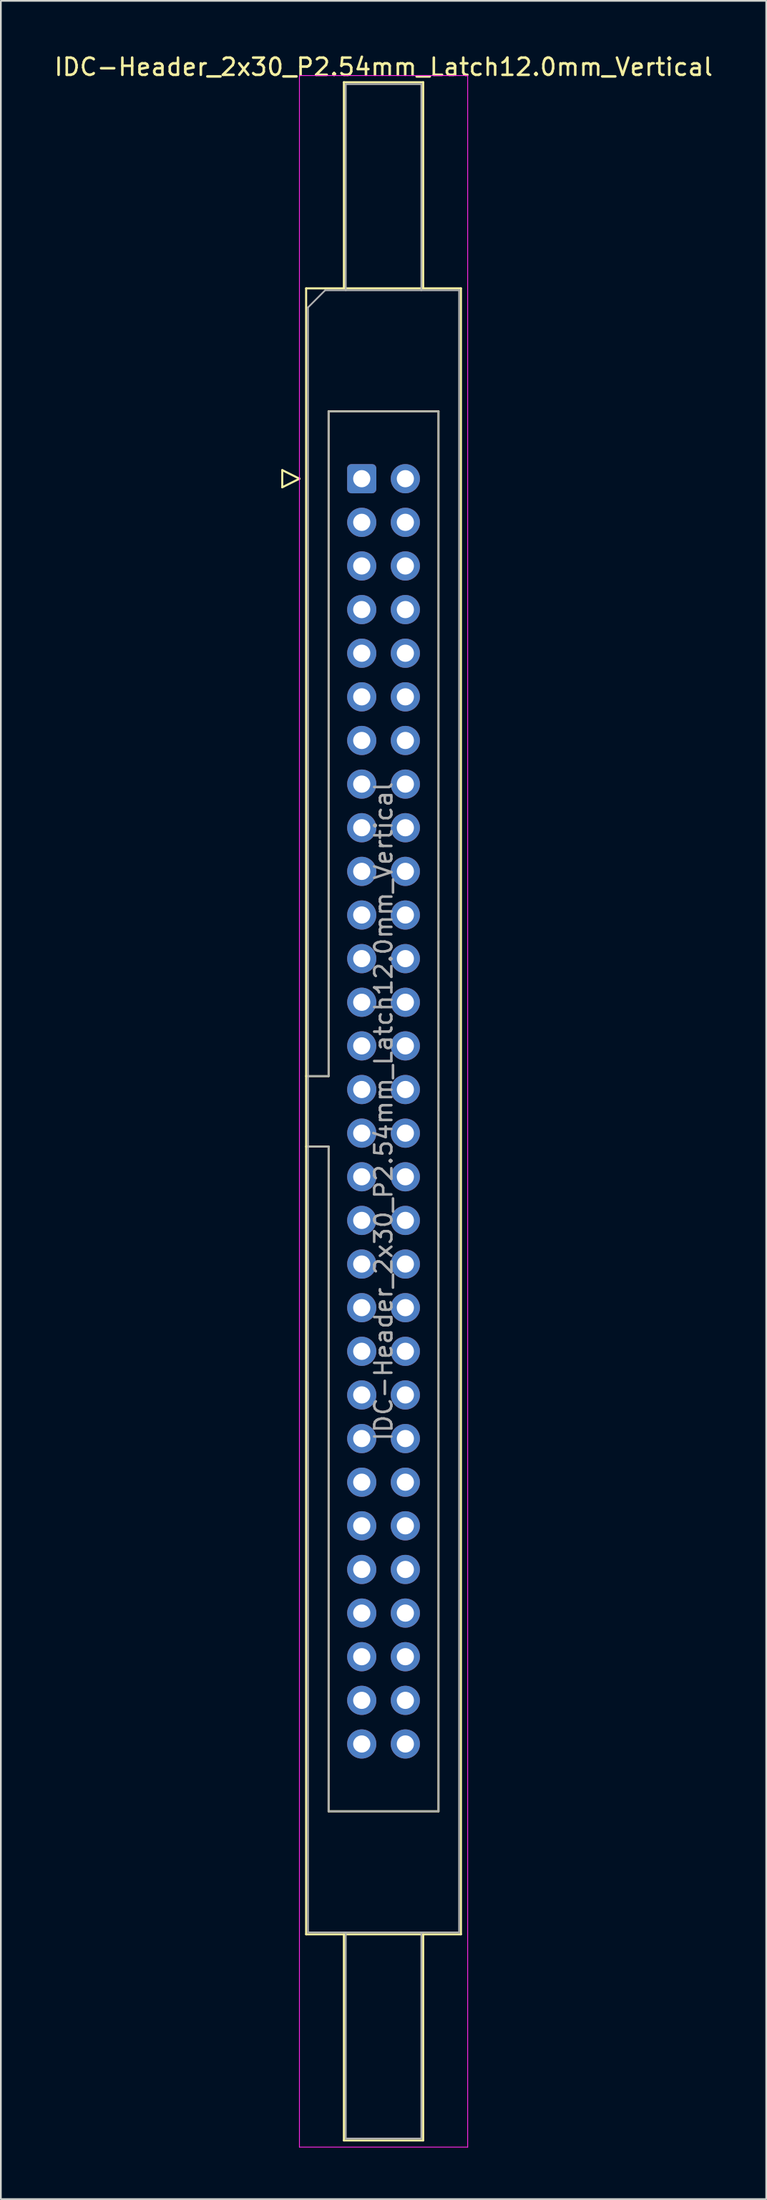
<source format=kicad_pcb>
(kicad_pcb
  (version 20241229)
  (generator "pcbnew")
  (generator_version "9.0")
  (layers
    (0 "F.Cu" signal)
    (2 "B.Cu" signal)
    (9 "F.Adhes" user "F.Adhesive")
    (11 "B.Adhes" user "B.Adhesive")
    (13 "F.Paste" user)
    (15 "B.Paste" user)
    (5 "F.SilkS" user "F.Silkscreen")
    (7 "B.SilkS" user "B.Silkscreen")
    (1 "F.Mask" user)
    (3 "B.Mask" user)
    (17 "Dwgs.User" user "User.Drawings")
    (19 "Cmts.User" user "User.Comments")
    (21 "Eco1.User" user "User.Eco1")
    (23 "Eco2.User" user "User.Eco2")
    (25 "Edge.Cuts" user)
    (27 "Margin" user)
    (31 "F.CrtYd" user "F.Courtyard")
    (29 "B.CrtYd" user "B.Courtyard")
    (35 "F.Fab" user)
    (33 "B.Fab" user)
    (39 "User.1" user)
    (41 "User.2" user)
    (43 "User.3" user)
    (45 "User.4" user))
  (footprint "IDC-Header_2x30_P2.54mm_Latch12.0mm_Vertical"
    (layer "F.Cu")
    (at 18.022 24.818)
    (property "Reference" "IDC-Header_2x30_P2.54mm_Latch12.0mm_Vertical" (at 1.27 -23.97 0) (layer "F.SilkS") (effects (font (size 1 1) (thickness 0.15))))
    (attr through_hole)
    (fp_line (start -4.63 -0.5) (end -4.63 0.5) (stroke (width 0.12) (type solid)) (layer "F.SilkS"))
    (fp_line (start -4.63 0.5) (end -3.63 0) (stroke (width 0.12) (type solid)) (layer "F.SilkS"))
    (fp_line (start -3.63 0) (end -4.63 -0.5) (stroke (width 0.12) (type solid)) (layer "F.SilkS"))
    (fp_line (start -3.24 -11.08) (end 5.78 -11.08) (stroke (width 0.12) (type solid)) (layer "F.SilkS"))
    (fp_line (start -3.24 34.78) (end -1.93 34.78) (stroke (width 0.12) (type solid)) (layer "F.SilkS"))
    (fp_line (start -3.24 84.74) (end -3.24 -11.08) (stroke (width 0.12) (type solid)) (layer "F.SilkS"))
    (fp_line (start -1.93 -3.92) (end 4.47 -3.92) (stroke (width 0.12) (type solid)) (layer "F.SilkS"))
    (fp_line (start -1.93 34.78) (end -1.93 -3.92) (stroke (width 0.12) (type solid)) (layer "F.SilkS"))
    (fp_line (start -1.93 38.88) (end -3.24 38.88) (stroke (width 0.12) (type solid)) (layer "F.SilkS"))
    (fp_line (start -1.93 77.58) (end -1.93 38.88) (stroke (width 0.12) (type solid)) (layer "F.SilkS"))
    (fp_line (start -1.04 -23.08) (end 3.58 -23.08) (stroke (width 0.12) (type solid)) (layer "F.SilkS"))
    (fp_line (start -1.04 -11.08) (end -1.04 -23.08) (stroke (width 0.12) (type solid)) (layer "F.SilkS"))
    (fp_line (start -1.04 84.74) (end -1.04 96.74) (stroke (width 0.12) (type solid)) (layer "F.SilkS"))
    (fp_line (start -1.04 96.74) (end 3.58 96.74) (stroke (width 0.12) (type solid)) (layer "F.SilkS"))
    (fp_line (start 3.58 -23.08) (end 3.58 -11.08) (stroke (width 0.12) (type solid)) (layer "F.SilkS"))
    (fp_line (start 3.58 96.74) (end 3.58 84.74) (stroke (width 0.12) (type solid)) (layer "F.SilkS"))
    (fp_line (start 4.47 -3.92) (end 4.47 77.58) (stroke (width 0.12) (type solid)) (layer "F.SilkS"))
    (fp_line (start 4.47 77.58) (end -1.93 77.58) (stroke (width 0.12) (type solid)) (layer "F.SilkS"))
    (fp_line (start 5.78 -11.08) (end 5.78 84.74) (stroke (width 0.12) (type solid)) (layer "F.SilkS"))
    (fp_line (start 5.78 84.74) (end -3.24 84.74) (stroke (width 0.12) (type solid)) (layer "F.SilkS"))
    (fp_line (start -3.63 -23.47) (end -3.63 97.13) (stroke (width 0.05) (type solid)) (layer "F.CrtYd"))
    (fp_line (start -3.63 97.13) (end 6.17 97.13) (stroke (width 0.05) (type solid)) (layer "F.CrtYd"))
    (fp_line (start 6.17 -23.47) (end -3.63 -23.47) (stroke (width 0.05) (type solid)) (layer "F.CrtYd"))
    (fp_line (start 6.17 97.13) (end 6.17 -23.47) (stroke (width 0.05) (type solid)) (layer "F.CrtYd"))
    (fp_line (start -3.13 -9.97) (end -2.13 -10.97) (stroke (width 0.1) (type solid)) (layer "F.Fab"))
    (fp_line (start -3.13 34.78) (end -1.93 34.78) (stroke (width 0.1) (type solid)) (layer "F.Fab"))
    (fp_line (start -3.13 84.63) (end -3.13 -9.97) (stroke (width 0.1) (type solid)) (layer "F.Fab"))
    (fp_line (start -2.13 -10.97) (end 5.67 -10.97) (stroke (width 0.1) (type solid)) (layer "F.Fab"))
    (fp_line (start -1.93 -3.92) (end 4.47 -3.92) (stroke (width 0.1) (type solid)) (layer "F.Fab"))
    (fp_line (start -1.93 34.78) (end -1.93 -3.92) (stroke (width 0.1) (type solid)) (layer "F.Fab"))
    (fp_line (start -1.93 38.88) (end -3.13 38.88) (stroke (width 0.1) (type solid)) (layer "F.Fab"))
    (fp_line (start -1.93 77.58) (end -1.93 38.88) (stroke (width 0.1) (type solid)) (layer "F.Fab"))
    (fp_line (start -0.93 -22.97) (end 3.47 -22.97) (stroke (width 0.1) (type solid)) (layer "F.Fab"))
    (fp_line (start -0.93 -10.97) (end -0.93 -22.97) (stroke (width 0.1) (type solid)) (layer "F.Fab"))
    (fp_line (start -0.93 84.63) (end -0.93 96.63) (stroke (width 0.1) (type solid)) (layer "F.Fab"))
    (fp_line (start -0.93 96.63) (end 3.47 96.63) (stroke (width 0.1) (type solid)) (layer "F.Fab"))
    (fp_line (start 3.47 -22.97) (end 3.47 -10.97) (stroke (width 0.1) (type solid)) (layer "F.Fab"))
    (fp_line (start 3.47 96.63) (end 3.47 84.63) (stroke (width 0.1) (type solid)) (layer "F.Fab"))
    (fp_line (start 4.47 -3.92) (end 4.47 77.58) (stroke (width 0.1) (type solid)) (layer "F.Fab"))
    (fp_line (start 4.47 77.58) (end -1.93 77.58) (stroke (width 0.1) (type solid)) (layer "F.Fab"))
    (fp_line (start 5.67 -10.97) (end 5.67 84.63) (stroke (width 0.1) (type solid)) (layer "F.Fab"))
    (fp_line (start 5.67 84.63) (end -3.13 84.63) (stroke (width 0.1) (type solid)) (layer "F.Fab"))
    (fp_text user "${REFERENCE}" (at 1.27 36.83 90) (layer "F.Fab") (effects (font (size 1 1) (thickness 0.15))))
    (pad "1" thru_hole roundrect (at 0 0) (size 1.7 1.7) (drill 1) (layers "*.Cu" "*.Mask") (roundrect_rratio 0.147))
    (pad "2" thru_hole circle (at 2.54 0) (size 1.7 1.7) (drill 1) (layers "*.Cu" "*.Mask"))
    (pad "3" thru_hole circle (at 0 2.54) (size 1.7 1.7) (drill 1) (layers "*.Cu" "*.Mask"))
    (pad "4" thru_hole circle (at 2.54 2.54) (size 1.7 1.7) (drill 1) (layers "*.Cu" "*.Mask"))
    (pad "5" thru_hole circle (at 0 5.08) (size 1.7 1.7) (drill 1) (layers "*.Cu" "*.Mask"))
    (pad "6" thru_hole circle (at 2.54 5.08) (size 1.7 1.7) (drill 1) (layers "*.Cu" "*.Mask"))
    (pad "7" thru_hole circle (at 0 7.62) (size 1.7 1.7) (drill 1) (layers "*.Cu" "*.Mask"))
    (pad "8" thru_hole circle (at 2.54 7.62) (size 1.7 1.7) (drill 1) (layers "*.Cu" "*.Mask"))
    (pad "9" thru_hole circle (at 0 10.16) (size 1.7 1.7) (drill 1) (layers "*.Cu" "*.Mask"))
    (pad "10" thru_hole circle (at 2.54 10.16) (size 1.7 1.7) (drill 1) (layers "*.Cu" "*.Mask"))
    (pad "11" thru_hole circle (at 0 12.7) (size 1.7 1.7) (drill 1) (layers "*.Cu" "*.Mask"))
    (pad "12" thru_hole circle (at 2.54 12.7) (size 1.7 1.7) (drill 1) (layers "*.Cu" "*.Mask"))
    (pad "13" thru_hole circle (at 0 15.24) (size 1.7 1.7) (drill 1) (layers "*.Cu" "*.Mask"))
    (pad "14" thru_hole circle (at 2.54 15.24) (size 1.7 1.7) (drill 1) (layers "*.Cu" "*.Mask"))
    (pad "15" thru_hole circle (at 0 17.78) (size 1.7 1.7) (drill 1) (layers "*.Cu" "*.Mask"))
    (pad "16" thru_hole circle (at 2.54 17.78) (size 1.7 1.7) (drill 1) (layers "*.Cu" "*.Mask"))
    (pad "17" thru_hole circle (at 0 20.32) (size 1.7 1.7) (drill 1) (layers "*.Cu" "*.Mask"))
    (pad "18" thru_hole circle (at 2.54 20.32) (size 1.7 1.7) (drill 1) (layers "*.Cu" "*.Mask"))
    (pad "19" thru_hole circle (at 0 22.86) (size 1.7 1.7) (drill 1) (layers "*.Cu" "*.Mask"))
    (pad "20" thru_hole circle (at 2.54 22.86) (size 1.7 1.7) (drill 1) (layers "*.Cu" "*.Mask"))
    (pad "21" thru_hole circle (at 0 25.4) (size 1.7 1.7) (drill 1) (layers "*.Cu" "*.Mask"))
    (pad "22" thru_hole circle (at 2.54 25.4) (size 1.7 1.7) (drill 1) (layers "*.Cu" "*.Mask"))
    (pad "23" thru_hole circle (at 0 27.94) (size 1.7 1.7) (drill 1) (layers "*.Cu" "*.Mask"))
    (pad "24" thru_hole circle (at 2.54 27.94) (size 1.7 1.7) (drill 1) (layers "*.Cu" "*.Mask"))
    (pad "25" thru_hole circle (at 0 30.48) (size 1.7 1.7) (drill 1) (layers "*.Cu" "*.Mask"))
    (pad "26" thru_hole circle (at 2.54 30.48) (size 1.7 1.7) (drill 1) (layers "*.Cu" "*.Mask"))
    (pad "27" thru_hole circle (at 0 33.02) (size 1.7 1.7) (drill 1) (layers "*.Cu" "*.Mask"))
    (pad "28" thru_hole circle (at 2.54 33.02) (size 1.7 1.7) (drill 1) (layers "*.Cu" "*.Mask"))
    (pad "29" thru_hole circle (at 0 35.56) (size 1.7 1.7) (drill 1) (layers "*.Cu" "*.Mask"))
    (pad "30" thru_hole circle (at 2.54 35.56) (size 1.7 1.7) (drill 1) (layers "*.Cu" "*.Mask"))
    (pad "31" thru_hole circle (at 0 38.1) (size 1.7 1.7) (drill 1) (layers "*.Cu" "*.Mask"))
    (pad "32" thru_hole circle (at 2.54 38.1) (size 1.7 1.7) (drill 1) (layers "*.Cu" "*.Mask"))
    (pad "33" thru_hole circle (at 0 40.64) (size 1.7 1.7) (drill 1) (layers "*.Cu" "*.Mask"))
    (pad "34" thru_hole circle (at 2.54 40.64) (size 1.7 1.7) (drill 1) (layers "*.Cu" "*.Mask"))
    (pad "35" thru_hole circle (at 0 43.18) (size 1.7 1.7) (drill 1) (layers "*.Cu" "*.Mask"))
    (pad "36" thru_hole circle (at 2.54 43.18) (size 1.7 1.7) (drill 1) (layers "*.Cu" "*.Mask"))
    (pad "37" thru_hole circle (at 0 45.72) (size 1.7 1.7) (drill 1) (layers "*.Cu" "*.Mask"))
    (pad "38" thru_hole circle (at 2.54 45.72) (size 1.7 1.7) (drill 1) (layers "*.Cu" "*.Mask"))
    (pad "39" thru_hole circle (at 0 48.26) (size 1.7 1.7) (drill 1) (layers "*.Cu" "*.Mask"))
    (pad "40" thru_hole circle (at 2.54 48.26) (size 1.7 1.7) (drill 1) (layers "*.Cu" "*.Mask"))
    (pad "41" thru_hole circle (at 0 50.8) (size 1.7 1.7) (drill 1) (layers "*.Cu" "*.Mask"))
    (pad "42" thru_hole circle (at 2.54 50.8) (size 1.7 1.7) (drill 1) (layers "*.Cu" "*.Mask"))
    (pad "43" thru_hole circle (at 0 53.34) (size 1.7 1.7) (drill 1) (layers "*.Cu" "*.Mask"))
    (pad "44" thru_hole circle (at 2.54 53.34) (size 1.7 1.7) (drill 1) (layers "*.Cu" "*.Mask"))
    (pad "45" thru_hole circle (at 0 55.88) (size 1.7 1.7) (drill 1) (layers "*.Cu" "*.Mask"))
    (pad "46" thru_hole circle (at 2.54 55.88) (size 1.7 1.7) (drill 1) (layers "*.Cu" "*.Mask"))
    (pad "47" thru_hole circle (at 0 58.42) (size 1.7 1.7) (drill 1) (layers "*.Cu" "*.Mask"))
    (pad "48" thru_hole circle (at 2.54 58.42) (size 1.7 1.7) (drill 1) (layers "*.Cu" "*.Mask"))
    (pad "49" thru_hole circle (at 0 60.96) (size 1.7 1.7) (drill 1) (layers "*.Cu" "*.Mask"))
    (pad "50" thru_hole circle (at 2.54 60.96) (size 1.7 1.7) (drill 1) (layers "*.Cu" "*.Mask"))
    (pad "51" thru_hole circle (at 0 63.5) (size 1.7 1.7) (drill 1) (layers "*.Cu" "*.Mask"))
    (pad "52" thru_hole circle (at 2.54 63.5) (size 1.7 1.7) (drill 1) (layers "*.Cu" "*.Mask"))
    (pad "53" thru_hole circle (at 0 66.04) (size 1.7 1.7) (drill 1) (layers "*.Cu" "*.Mask"))
    (pad "54" thru_hole circle (at 2.54 66.04) (size 1.7 1.7) (drill 1) (layers "*.Cu" "*.Mask"))
    (pad "55" thru_hole circle (at 0 68.58) (size 1.7 1.7) (drill 1) (layers "*.Cu" "*.Mask"))
    (pad "56" thru_hole circle (at 2.54 68.58) (size 1.7 1.7) (drill 1) (layers "*.Cu" "*.Mask"))
    (pad "57" thru_hole circle (at 0 71.12) (size 1.7 1.7) (drill 1) (layers "*.Cu" "*.Mask"))
    (pad "58" thru_hole circle (at 2.54 71.12) (size 1.7 1.7) (drill 1) (layers "*.Cu" "*.Mask"))
    (pad "59" thru_hole circle (at 0 73.66) (size 1.7 1.7) (drill 1) (layers "*.Cu" "*.Mask"))
    (pad "60" thru_hole circle (at 2.54 73.66) (size 1.7 1.7) (drill 1) (layers "*.Cu" "*.Mask")))
  (gr_rect
    (start -3 -3)
    (end 41.583 124.973)
    (stroke (width 0.1) (type default))
    (fill no)
    (layer "Edge.Cuts")))
</source>
